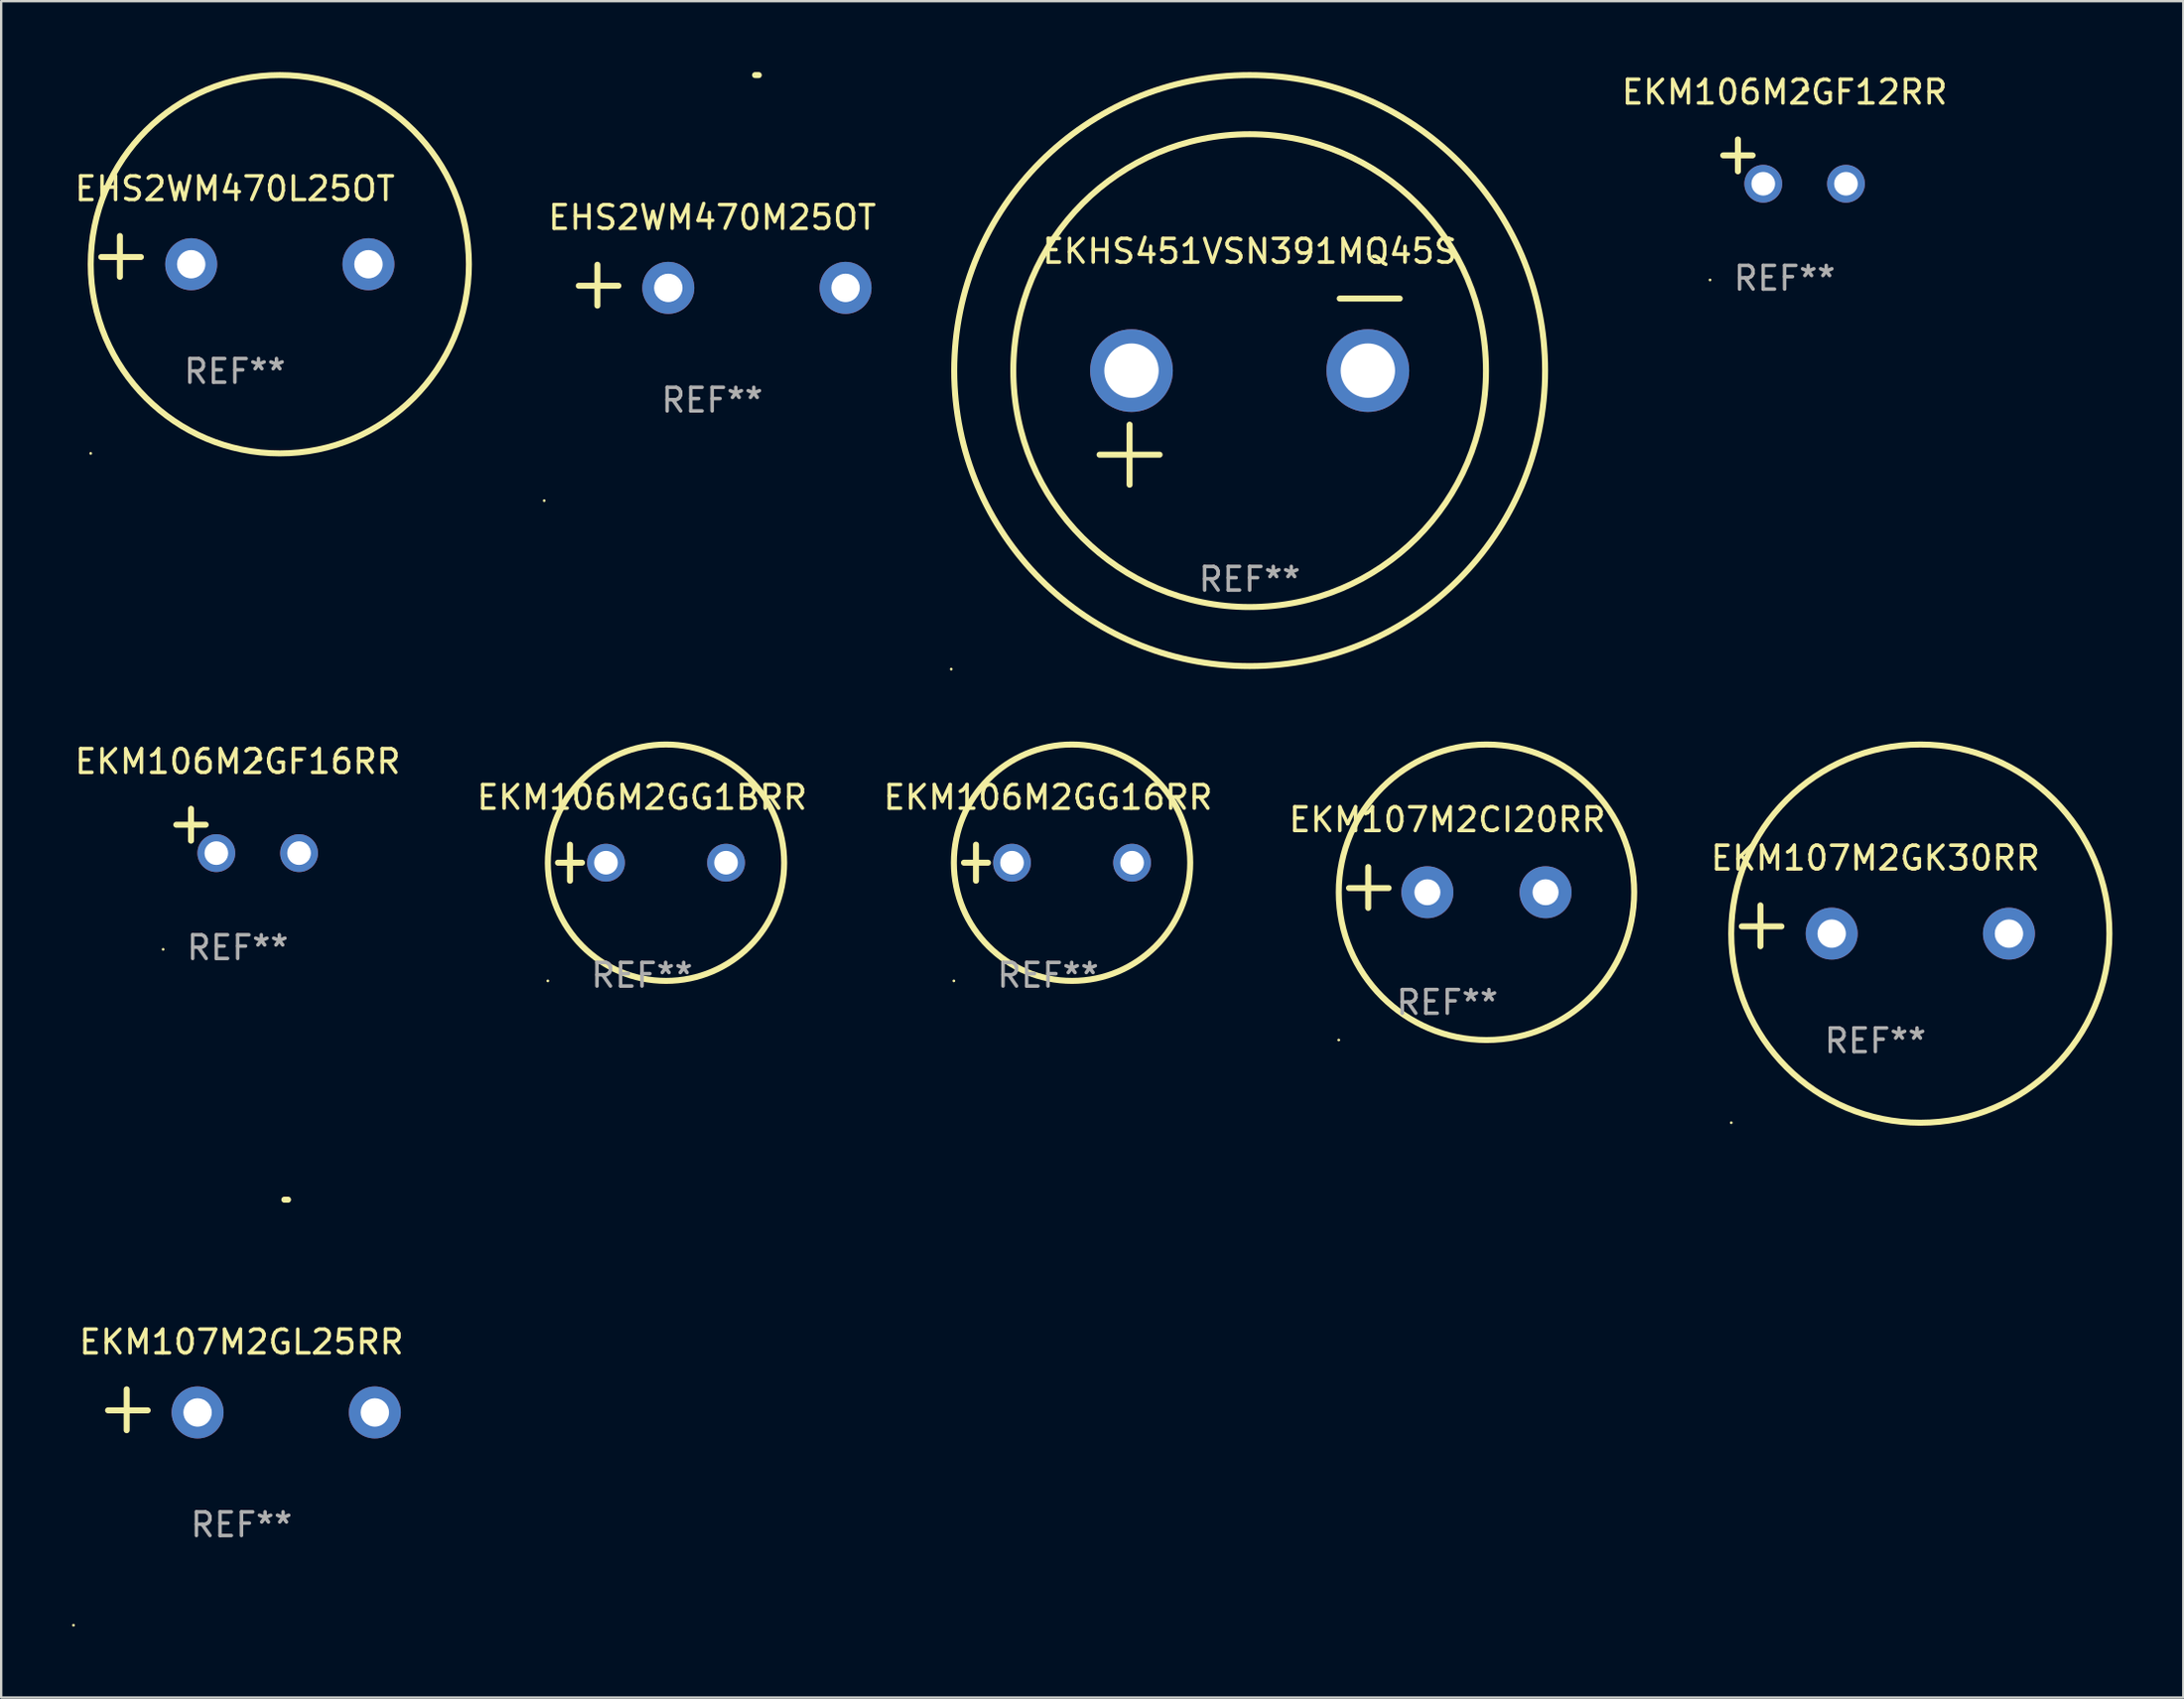
<source format=kicad_pcb>
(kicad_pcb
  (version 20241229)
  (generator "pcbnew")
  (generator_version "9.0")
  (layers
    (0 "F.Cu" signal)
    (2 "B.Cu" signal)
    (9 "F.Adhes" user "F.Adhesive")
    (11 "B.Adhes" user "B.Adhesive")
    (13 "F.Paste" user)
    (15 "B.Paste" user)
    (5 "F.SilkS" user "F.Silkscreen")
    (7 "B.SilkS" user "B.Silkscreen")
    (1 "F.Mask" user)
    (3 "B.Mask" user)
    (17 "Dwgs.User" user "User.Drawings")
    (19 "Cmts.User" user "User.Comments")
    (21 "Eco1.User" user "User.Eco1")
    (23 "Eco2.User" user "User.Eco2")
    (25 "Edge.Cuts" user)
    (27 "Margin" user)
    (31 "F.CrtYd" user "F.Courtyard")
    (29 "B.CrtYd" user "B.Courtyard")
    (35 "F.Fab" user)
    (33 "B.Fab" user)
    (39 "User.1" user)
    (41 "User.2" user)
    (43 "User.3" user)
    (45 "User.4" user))
  (footprint "EKM106M2GF12RR"
    (layer "F.Cu")
    (at 72.456 3.785)
    (property "Reference" "EKM106M2GF12RR" (at 0 -2.937 0) (layer "F.SilkS") (effects (font (size 1 1) (thickness 0.15))))
    (attr through_hole)
    (fp_line (start -1.975 0.41) (end -1.975 -0.937) (stroke (width 0.254) (type solid)) (layer "F.SilkS"))
    (fp_line (start -1.353 -0.263) (end -2.597 -0.263) (stroke (width 0.254) (type solid)) (layer "F.SilkS"))
    (fp_arc (start 0.849809 -3.063957) (mid 0.885369 -3.064114) (end 0.920929 -3.063957) (stroke (width 0.254001) (type solid)) (layer "F.SilkS"))
    (fp_circle (center -3.154 5.008) (end -3.124 5.008) (stroke (width 0.06) (type solid)) (fill no) (layer "F.SilkS"))
    (fp_text user "REF**" (at 0 4.937 0) (layer "F.Fab") (effects (font (size 1 1) (thickness 0.15))))
    (pad "1" thru_hole circle (at -0.903 0.937) (size 1.6 1.6) (drill 1) (layers "*.Cu" "*.Mask"))
    (pad "2" thru_hole circle (at 2.597 0.937) (size 1.6 1.6) (drill 1) (layers "*.Cu" "*.Mask")))
  (footprint "EKM107M2CI20RR"
    (layer "F.Cu")
    (at 58.185 34.488)
    (property "Reference" "EKM107M2CI20RR" (at 0 -2.864 0) (layer "F.SilkS") (effects (font (size 1 1) (thickness 0.15))))
    (attr through_hole)
    (fp_line (start -3.346 0.864) (end -3.346 -0.864) (stroke (width 0.254) (type solid)) (layer "F.SilkS"))
    (fp_line (start -2.482 0.025) (end -4.158 0.025) (stroke (width 0.254) (type solid)) (layer "F.SilkS"))
    (fp_circle (center -4.592 6.453) (end -4.562 6.453) (stroke (width 0.06) (type solid)) (fill no) (layer "F.SilkS"))
    (fp_circle (center 1.658 0.203) (end 7.908 0.203) (stroke (width 0.254) (type solid)) (fill no) (layer "F.SilkS"))
    (fp_text user "REF**" (at 0 4.864 0) (layer "F.Fab") (effects (font (size 1 1) (thickness 0.15))))
    (pad "1" thru_hole circle (at -0.842 0.203) (size 2.2 2.2) (drill 1.1) (layers "*.Cu" "*.Mask"))
    (pad "2" thru_hole circle (at 4.158 0.203) (size 2.2 2.2) (drill 1.1) (layers "*.Cu" "*.Mask")))
  (footprint "EKM107M2GL25RR"
    (layer "F.Cu")
    (at 7.166 56.581)
    (property "Reference" "EKM107M2GL25RR" (at 0 -2.864 0) (layer "F.SilkS") (effects (font (size 1 1) (thickness 0.15))))
    (attr through_hole)
    (fp_line (start -4.856 0.864) (end -4.856 -0.864) (stroke (width 0.254) (type solid)) (layer "F.SilkS"))
    (fp_line (start -3.967 0.025) (end -5.644 0.025) (stroke (width 0.254) (type solid)) (layer "F.SilkS"))
    (fp_arc (start 1.815024 -8.885649) (mid 1.893764 -8.88599) (end 1.972504 -8.885649) (stroke (width 0.254001) (type solid)) (layer "F.SilkS"))
    (fp_circle (center -7.106 9.114) (end -7.076 9.114) (stroke (width 0.06) (type solid)) (fill no) (layer "F.SilkS"))
    (fp_text user "REF**" (at 0 4.864 0) (layer "F.Fab") (effects (font (size 1 1) (thickness 0.15))))
    (pad "1" thru_hole circle (at -1.856 0.114) (size 2.2 2.2) (drill 1.2) (layers "*.Cu" "*.Mask"))
    (pad "2" thru_hole circle (at 5.644 0.114) (size 2.2 2.2) (drill 1.2) (layers "*.Cu" "*.Mask")))
  (footprint "EKM106M2GG1BRR"
    (layer "F.Cu")
    (at 24.113 33.441)
    (property "Reference" "EKM106M2GG1BRR" (at 0 -2.762 0) (layer "F.SilkS") (effects (font (size 1 1) (thickness 0.15))))
    (attr through_hole)
    (fp_line (start -3.556 0) (end -2.54 0) (stroke (width 0.254) (type solid)) (layer "F.SilkS"))
    (fp_line (start -3.048 -0.762) (end -3.048 0.762) (stroke (width 0.254) (type solid)) (layer "F.SilkS"))
    (fp_circle (center -3.984 5) (end -3.954 5) (stroke (width 0.06) (type solid)) (fill no) (layer "F.SilkS"))
    (fp_circle (center 1.016 0) (end 6.016 0) (stroke (width 0.254) (type solid)) (fill no) (layer "F.SilkS"))
    (fp_text user "REF**" (at 0 4.762 0) (layer "F.Fab") (effects (font (size 1 1) (thickness 0.15))))
    (pad "1" thru_hole circle (at -1.524 0) (size 1.6 1.6) (drill 1) (layers "*.Cu" "*.Mask"))
    (pad "2" thru_hole circle (at 3.556 0) (size 1.6 1.6) (drill 1) (layers "*.Cu" "*.Mask")))
  (footprint "EHS2WM470L25OT"
    (layer "F.Cu")
    (at 6.887 7.797)
    (property "Reference" "EHS2WM470L25OT" (at 0 -2.864 0) (layer "F.SilkS") (effects (font (size 1 1) (thickness 0.15))))
    (attr through_hole)
    (fp_line (start -4.864 0.864) (end -4.864 -0.864) (stroke (width 0.254) (type solid)) (layer "F.SilkS"))
    (fp_line (start -3.975 0.025) (end -5.652 0.025) (stroke (width 0.254) (type solid)) (layer "F.SilkS"))
    (fp_circle (center -6.099 8.33) (end -6.069 8.33) (stroke (width 0.06) (type solid)) (fill no) (layer "F.SilkS"))
    (fp_circle (center 1.902 0.33) (end 9.902 0.33) (stroke (width 0.254) (type solid)) (fill no) (layer "F.SilkS"))
    (fp_text user "REF**" (at 0 4.864 0) (layer "F.Fab") (effects (font (size 1 1) (thickness 0.15))))
    (pad "1" thru_hole circle (at -1.848 0.33) (size 2.2 2.2) (drill 1.2) (layers "*.Cu" "*.Mask"))
    (pad "2" thru_hole circle (at 5.652 0.33) (size 2.2 2.2) (drill 1.2) (layers "*.Cu" "*.Mask")))
  (footprint "EKM106M2GG16RR"
    (layer "F.Cu")
    (at 41.292 33.441)
    (property "Reference" "EKM106M2GG16RR" (at 0 -2.762 0) (layer "F.SilkS") (effects (font (size 1 1) (thickness 0.15))))
    (attr through_hole)
    (fp_line (start -3.556 0) (end -2.54 0) (stroke (width 0.254) (type solid)) (layer "F.SilkS"))
    (fp_line (start -3.048 -0.762) (end -3.048 0.762) (stroke (width 0.254) (type solid)) (layer "F.SilkS"))
    (fp_circle (center -3.984 5) (end -3.954 5) (stroke (width 0.06) (type solid)) (fill no) (layer "F.SilkS"))
    (fp_circle (center 1.016 0) (end 6.016 0) (stroke (width 0.254) (type solid)) (fill no) (layer "F.SilkS"))
    (fp_text user "REF**" (at 0 4.762 0) (layer "F.Fab") (effects (font (size 1 1) (thickness 0.15))))
    (pad "1" thru_hole circle (at -1.524 0) (size 1.6 1.6) (drill 1) (layers "*.Cu" "*.Mask"))
    (pad "2" thru_hole circle (at 3.556 0) (size 1.6 1.6) (drill 1) (layers "*.Cu" "*.Mask")))
  (footprint "EKM107M2GK30RR"
    (layer "F.Cu")
    (at 76.297 36.111)
    (property "Reference" "EKM107M2GK30RR" (at 0 -2.864 0) (layer "F.SilkS") (effects (font (size 1 1) (thickness 0.15))))
    (attr through_hole)
    (fp_line (start -4.864 0.864) (end -4.864 -0.864) (stroke (width 0.254) (type solid)) (layer "F.SilkS"))
    (fp_line (start -3.975 0.025) (end -5.652 0.025) (stroke (width 0.254) (type solid)) (layer "F.SilkS"))
    (fp_circle (center -6.098 8.33) (end -6.068 8.33) (stroke (width 0.06) (type solid)) (fill no) (layer "F.SilkS"))
    (fp_circle (center 1.902 0.33) (end 9.902 0.33) (stroke (width 0.254) (type solid)) (fill no) (layer "F.SilkS"))
    (fp_text user "REF**" (at 0 4.864 0) (layer "F.Fab") (effects (font (size 1 1) (thickness 0.15))))
    (pad "1" thru_hole circle (at -1.848 0.33) (size 2.2 2.2) (drill 1.2) (layers "*.Cu" "*.Mask"))
    (pad "2" thru_hole circle (at 5.652 0.33) (size 2.2 2.2) (drill 1.2) (layers "*.Cu" "*.Mask")))
  (footprint "EHS2WM470M25OT"
    (layer "F.Cu")
    (at 27.082 9.013)
    (property "Reference" "EHS2WM470M25OT" (at 0 -2.864 0) (layer "F.SilkS") (effects (font (size 1 1) (thickness 0.15))))
    (attr through_hole)
    (fp_line (start -4.856 0.864) (end -4.856 -0.864) (stroke (width 0.254) (type solid)) (layer "F.SilkS"))
    (fp_line (start -3.967 0.025) (end -5.644 0.025) (stroke (width 0.254) (type solid)) (layer "F.SilkS"))
    (fp_arc (start 1.815024 -8.885649) (mid 1.893764 -8.88599) (end 1.972504 -8.885649) (stroke (width 0.254001) (type solid)) (layer "F.SilkS"))
    (fp_circle (center -7.106 9.114) (end -7.076 9.114) (stroke (width 0.06) (type solid)) (fill no) (layer "F.SilkS"))
    (fp_text user "REF**" (at 0 4.864 0) (layer "F.Fab") (effects (font (size 1 1) (thickness 0.15))))
    (pad "1" thru_hole circle (at -1.856 0.114) (size 2.2 2.2) (drill 1.2) (layers "*.Cu" "*.Mask"))
    (pad "2" thru_hole circle (at 5.644 0.114) (size 2.2 2.2) (drill 1.2) (layers "*.Cu" "*.Mask")))
  (footprint "EKM106M2GF16RR"
    (layer "F.Cu")
    (at 7.006 32.099)
    (property "Reference" "EKM106M2GF16RR" (at 0 -2.937 0) (layer "F.SilkS") (effects (font (size 1 1) (thickness 0.15))))
    (attr through_hole)
    (fp_line (start -1.975 0.41) (end -1.975 -0.937) (stroke (width 0.254) (type solid)) (layer "F.SilkS"))
    (fp_line (start -1.353 -0.263) (end -2.597 -0.263) (stroke (width 0.254) (type solid)) (layer "F.SilkS"))
    (fp_arc (start 0.849809 -3.063957) (mid 0.885369 -3.064114) (end 0.920929 -3.063957) (stroke (width 0.254001) (type solid)) (layer "F.SilkS"))
    (fp_circle (center -3.154 5.008) (end -3.124 5.008) (stroke (width 0.06) (type solid)) (fill no) (layer "F.SilkS"))
    (fp_text user "REF**" (at 0 4.937 0) (layer "F.Fab") (effects (font (size 1 1) (thickness 0.15))))
    (pad "1" thru_hole circle (at -0.903 0.937) (size 1.6 1.6) (drill 1) (layers "*.Cu" "*.Mask"))
    (pad "2" thru_hole circle (at 2.597 0.937) (size 1.6 1.6) (drill 1) (layers "*.Cu" "*.Mask")))
  (footprint "EKHS451VSN391MQ45S"
    (layer "F.Cu")
    (at 49.823 13.516)
    (property "Reference" "EKHS451VSN391MQ45S" (at 0 -5.937 0) (layer "F.SilkS") (effects (font (size 1 1) (thickness 0.15))))
    (attr through_hole)
    (fp_line (start -6.35 2.667) (end -3.81 2.667) (stroke (width 0.254) (type solid)) (layer "F.SilkS"))
    (fp_line (start -5.08 1.397) (end -5.08 3.937) (stroke (width 0.254) (type solid)) (layer "F.SilkS"))
    (fp_line (start 3.81 -3.937) (end 6.35 -3.937) (stroke (width 0.254) (type solid)) (layer "F.SilkS"))
    (fp_circle (center -12.627 11.738) (end -12.597 11.738) (stroke (width 0.06) (type solid)) (fill no) (layer "F.SilkS"))
    (fp_circle (center 0 -0.889) (end 10 -0.889) (stroke (width 0.254) (type solid)) (fill no) (layer "F.SilkS"))
    (fp_circle (center 0 -0.889) (end 12.5 -0.889) (stroke (width 0.254) (type solid)) (fill no) (layer "F.SilkS"))
    (fp_text user "REF**" (at 0 7.937 0) (layer "F.Fab") (effects (font (size 1 1) (thickness 0.15))))
    (pad "1" thru_hole circle (at -5 -0.889) (size 3.5 3.5) (drill 2.3) (layers "*.Cu" "*.Mask"))
    (pad "2" thru_hole circle (at 5 -0.889) (size 3.5 3.5) (drill 2.3) (layers "*.Cu" "*.Mask")))
  (gr_rect
    (start -3 -3)
    (end 89.326 68.755)
    (stroke (width 0.1) (type default))
    (fill no)
    (layer "Edge.Cuts")))
</source>
